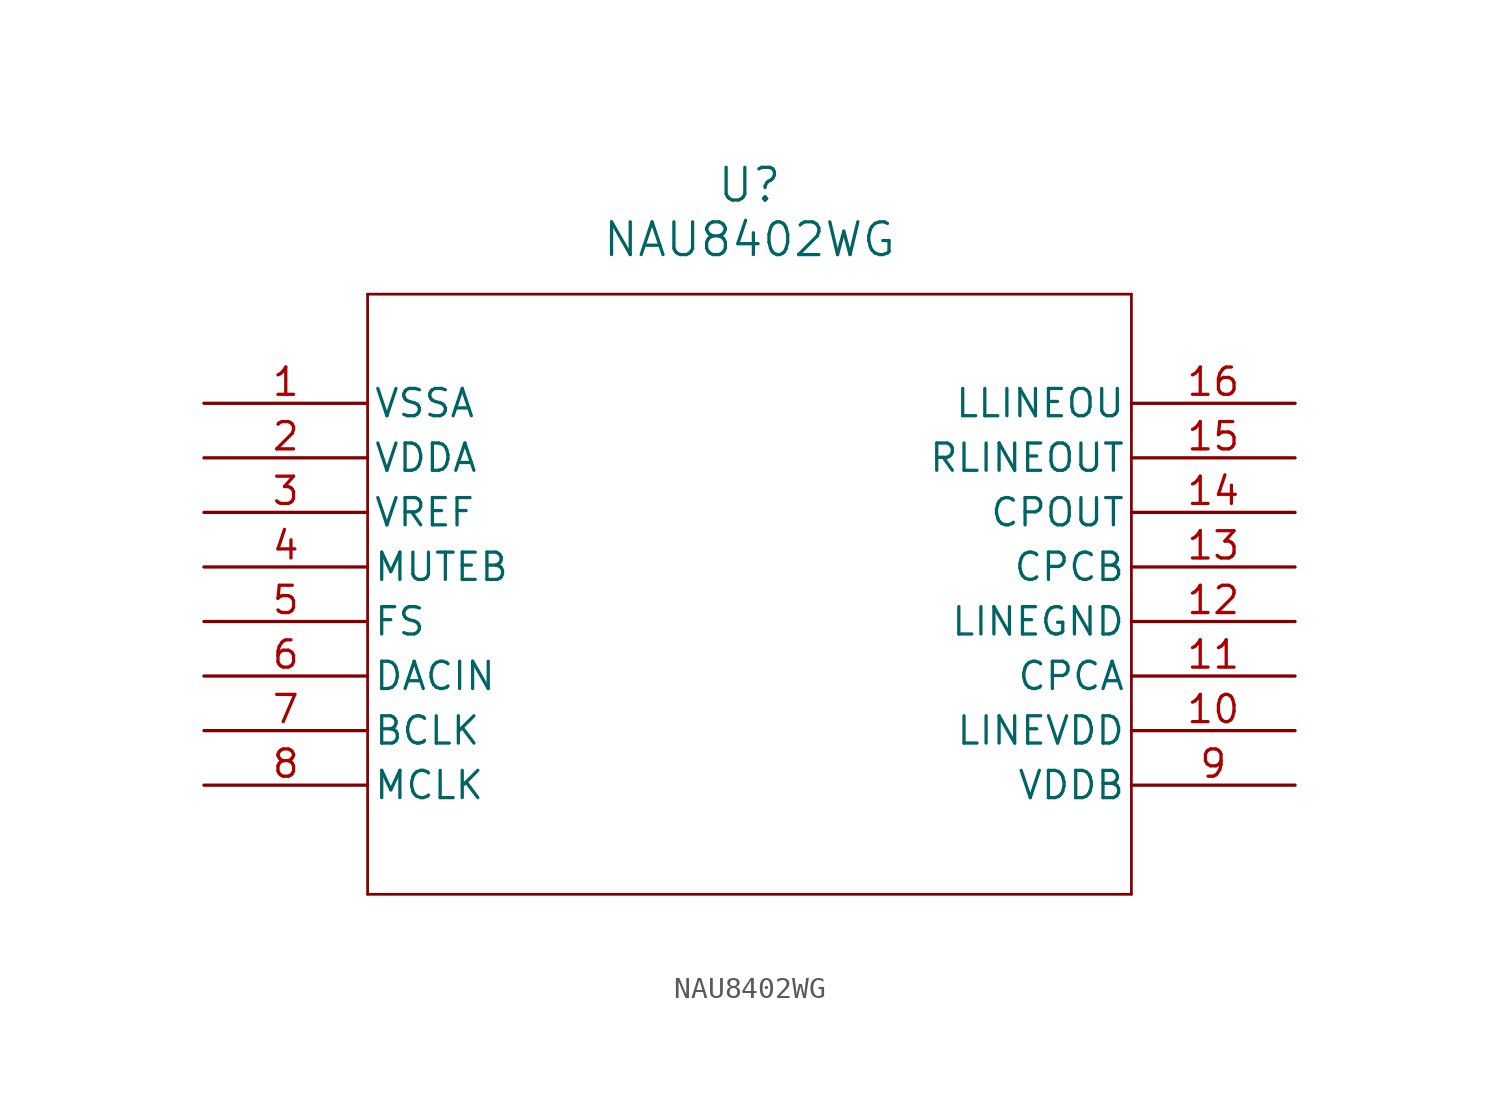
<source format=kicad_sym>
(kicad_symbol_lib
  (version 20211014)
  (generator kicad_symbol_editor)
  (symbol "NAU8402WG"
    (pin_names
      (offset 0.254))
    (property "Reference" "U"
      (at 25.4 10.16 0)
      (effects (font (size 1.524 1.524))))
    (property "Value" "NAU8402WG"
      (at 25.4 7.62 0)
      (effects (font (size 1.524 1.524))))
    (symbol "NAU8402WG_0_1"
      (polyline (pts (xy 7.62 5.08) (xy 7.62 -22.86)) (stroke (width 0.127) (type default) (color 0 0 0 0)) (fill (type none)))
      (polyline (pts (xy 7.62 -22.86) (xy 43.18 -22.86)) (stroke (width 0.127) (type default) (color 0 0 0 0)) (fill (type none)))
      (polyline (pts (xy 43.18 -22.86) (xy 43.18 5.08)) (stroke (width 0.127) (type default) (color 0 0 0 0)) (fill (type none)))
      (polyline (pts (xy 43.18 5.08) (xy 7.62 5.08)) (stroke (width 0.127) (type default) (color 0 0 0 0)) (fill (type none)))
      (pin power_out line (at 0 0 0) (length 7.62) (name "VSSA" (effects (font (size 1.27 1.27)))) (number "1" (effects (font (size 1.27 1.27)))))
      (pin power_in line (at 0 -2.54 0) (length 7.62) (name "VDDA" (effects (font (size 1.27 1.27)))) (number "2" (effects (font (size 1.27 1.27)))))
      (pin power_in line (at 0 -5.08 0) (length 7.62) (name "VREF" (effects (font (size 1.27 1.27)))) (number "3" (effects (font (size 1.27 1.27)))))
      (pin input line (at 0 -7.62 0) (length 7.62) (name "MUTEB" (effects (font (size 1.27 1.27)))) (number "4" (effects (font (size 1.27 1.27)))))
      (pin input line (at 0 -10.16 0) (length 7.62) (name "FS" (effects (font (size 1.27 1.27)))) (number "5" (effects (font (size 1.27 1.27)))))
      (pin input line (at 0 -12.7 0) (length 7.62) (name "DACIN" (effects (font (size 1.27 1.27)))) (number "6" (effects (font (size 1.27 1.27)))))
      (pin input line (at 0 -15.24 0) (length 7.62) (name "BCLK" (effects (font (size 1.27 1.27)))) (number "7" (effects (font (size 1.27 1.27)))))
      (pin input line (at 0 -17.78 0) (length 7.62) (name "MCLK" (effects (font (size 1.27 1.27)))) (number "8" (effects (font (size 1.27 1.27)))))
      (pin power_in line (at 50.8 -17.78 180) (length 7.62) (name "VDDB" (effects (font (size 1.27 1.27)))) (number "9" (effects (font (size 1.27 1.27)))))
      (pin power_in line (at 50.8 -15.24 180) (length 7.62) (name "LINEVDD" (effects (font (size 1.27 1.27)))) (number "10" (effects (font (size 1.27 1.27)))))
      (pin output line (at 50.8 -12.7 180) (length 7.62) (name "CPCA" (effects (font (size 1.27 1.27)))) (number "11" (effects (font (size 1.27 1.27)))))
      (pin power_out line (at 50.8 -10.16 180) (length 7.62) (name "LINEGND" (effects (font (size 1.27 1.27)))) (number "12" (effects (font (size 1.27 1.27)))))
      (pin output line (at 50.8 -7.62 180) (length 7.62) (name "CPCB" (effects (font (size 1.27 1.27)))) (number "13" (effects (font (size 1.27 1.27)))))
      (pin output line (at 50.8 -5.08 180) (length 7.62) (name "CPOUT" (effects (font (size 1.27 1.27)))) (number "14" (effects (font (size 1.27 1.27)))))
      (pin output line (at 50.8 -2.54 180) (length 7.62) (name "RLINEOUT" (effects (font (size 1.27 1.27)))) (number "15" (effects (font (size 1.27 1.27)))))
      (pin output line (at 50.8 0 180) (length 7.62) (name "LLINEOU" (effects (font (size 1.27 1.27)))) (number "16" (effects (font (size 1.27 1.27))))))))
</source>
